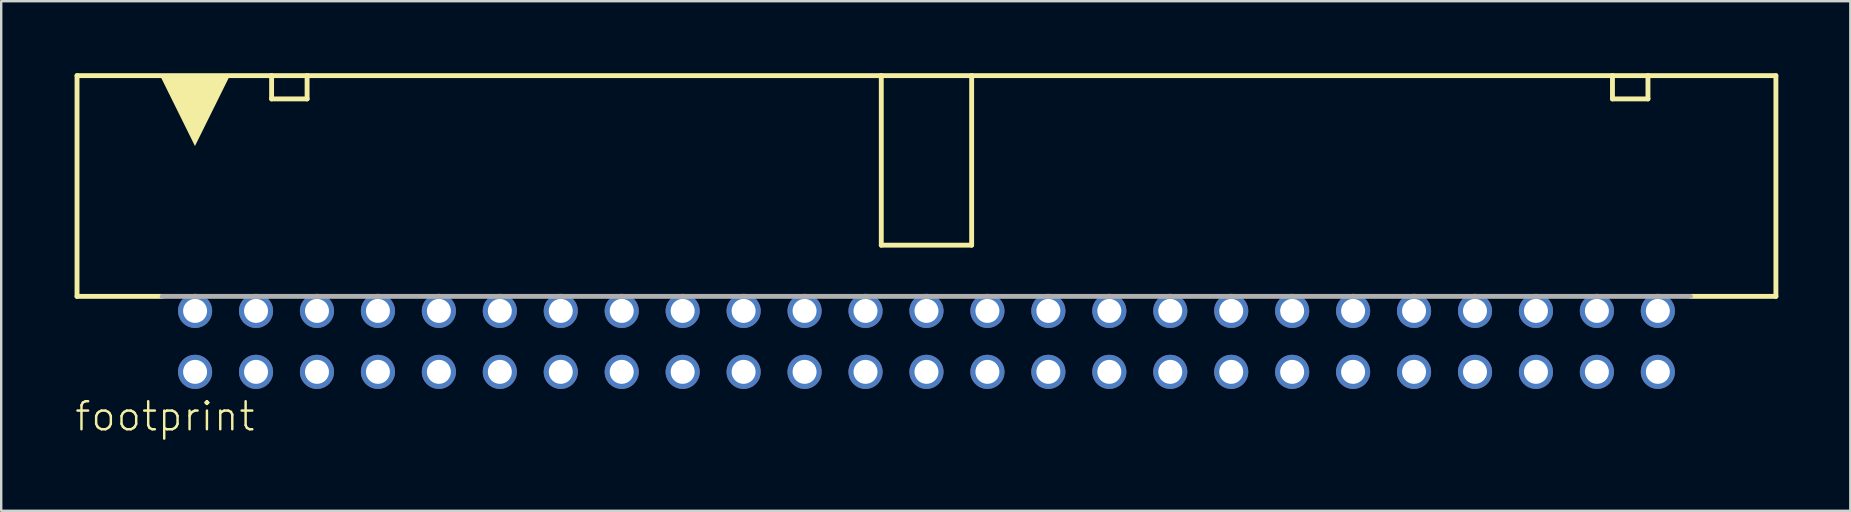
<source format=kicad_pcb>
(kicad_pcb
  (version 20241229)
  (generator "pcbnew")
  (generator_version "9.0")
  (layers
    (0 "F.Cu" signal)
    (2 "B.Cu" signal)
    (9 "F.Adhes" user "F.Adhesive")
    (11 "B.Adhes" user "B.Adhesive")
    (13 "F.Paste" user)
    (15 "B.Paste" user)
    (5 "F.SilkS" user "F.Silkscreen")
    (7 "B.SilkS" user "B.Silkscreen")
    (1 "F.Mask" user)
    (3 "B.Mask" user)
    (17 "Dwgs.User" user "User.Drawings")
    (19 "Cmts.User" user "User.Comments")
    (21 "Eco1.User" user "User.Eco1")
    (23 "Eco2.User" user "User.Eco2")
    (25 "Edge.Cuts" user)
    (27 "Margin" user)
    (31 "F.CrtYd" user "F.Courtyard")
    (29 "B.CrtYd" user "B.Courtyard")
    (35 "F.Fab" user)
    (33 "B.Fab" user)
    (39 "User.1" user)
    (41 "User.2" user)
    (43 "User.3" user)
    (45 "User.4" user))
  (footprint "footprint"
    (layer "F.Cu")
    (at 35.56 11.177)
    (property "Reference" "footprint" (at -35.56 3.81 0) (layer "F.SilkS") (effects (font (size 1.168 1.168) (thickness 0.102)) (justify left bottom)))
    (fp_line (start -35.4 -11.075) (end -35.4 -1.875) (stroke (width 0.203) (type solid)) (layer "F.SilkS"))
    (fp_line (start -31.856 -1.875) (end -35.4 -1.875) (stroke (width 0.203) (type solid)) (layer "F.SilkS"))
    (fp_line (start -27.291 -11.075) (end -35.4 -11.075) (stroke (width 0.203) (type solid)) (layer "F.SilkS"))
    (fp_line (start -27.291 -11.075) (end -25.812 -11.075) (stroke (width 0.203) (type solid)) (layer "F.SilkS"))
    (fp_line (start -27.291 -10.105) (end -27.291 -11.075) (stroke (width 0.203) (type solid)) (layer "F.SilkS"))
    (fp_line (start -25.812 -11.075) (end -25.812 -10.105) (stroke (width 0.203) (type solid)) (layer "F.SilkS"))
    (fp_line (start -25.812 -10.105) (end -27.291 -10.105) (stroke (width 0.203) (type solid)) (layer "F.SilkS"))
    (fp_line (start -1.883 -11.075) (end -25.812 -11.075) (stroke (width 0.203) (type solid)) (layer "F.SilkS"))
    (fp_line (start -1.883 -4.01) (end -1.883 -11.075) (stroke (width 0.203) (type solid)) (layer "F.SilkS"))
    (fp_line (start 1.883 -11.075) (end -1.883 -11.075) (stroke (width 0.203) (type solid)) (layer "F.SilkS"))
    (fp_line (start 1.883 -11.075) (end 1.883 -4.01) (stroke (width 0.203) (type solid)) (layer "F.SilkS"))
    (fp_line (start 1.883 -4.01) (end -1.883 -4.01) (stroke (width 0.203) (type solid)) (layer "F.SilkS"))
    (fp_line (start 28.589 -11.075) (end 1.883 -11.075) (stroke (width 0.203) (type solid)) (layer "F.SilkS"))
    (fp_line (start 28.589 -11.075) (end 30.068 -11.075) (stroke (width 0.203) (type solid)) (layer "F.SilkS"))
    (fp_line (start 28.589 -10.105) (end 28.589 -11.075) (stroke (width 0.203) (type solid)) (layer "F.SilkS"))
    (fp_line (start 30.068 -11.075) (end 30.068 -10.105) (stroke (width 0.203) (type solid)) (layer "F.SilkS"))
    (fp_line (start 30.068 -10.105) (end 28.589 -10.105) (stroke (width 0.203) (type solid)) (layer "F.SilkS"))
    (fp_line (start 35.4 -11.075) (end 30.068 -11.075) (stroke (width 0.203) (type solid)) (layer "F.SilkS"))
    (fp_line (start 35.4 -1.875) (end 31.843 -1.875) (stroke (width 0.203) (type solid)) (layer "F.SilkS"))
    (fp_line (start 35.4 -1.875) (end 35.4 -11.075) (stroke (width 0.203) (type solid)) (layer "F.SilkS"))
    (fp_poly (pts (xy -30.485 -8.141) (xy -31.924 -11.047) (xy -29.046 -11.047)) (stroke (width 0) (type solid)) (fill yes) (layer "F.SilkS"))
    (fp_line (start 31.839 -1.875) (end -31.852 -1.875) (stroke (width 0.203) (type solid)) (layer "F.Fab"))
    (pad "1" thru_hole circle (at -30.48 1.27) (size 1.422 1.422) (drill 1) (layers "*.Cu" "*.Mask"))
    (pad "2" thru_hole circle (at -30.48 -1.27) (size 1.422 1.422) (drill 1) (layers "*.Cu" "*.Mask"))
    (pad "3" thru_hole circle (at -27.94 1.27) (size 1.422 1.422) (drill 1) (layers "*.Cu" "*.Mask"))
    (pad "4" thru_hole circle (at -27.94 -1.27) (size 1.422 1.422) (drill 1) (layers "*.Cu" "*.Mask"))
    (pad "5" thru_hole circle (at -25.4 1.27) (size 1.422 1.422) (drill 1) (layers "*.Cu" "*.Mask"))
    (pad "6" thru_hole circle (at -25.4 -1.27) (size 1.422 1.422) (drill 1) (layers "*.Cu" "*.Mask"))
    (pad "7" thru_hole circle (at -22.86 1.27) (size 1.422 1.422) (drill 1) (layers "*.Cu" "*.Mask"))
    (pad "8" thru_hole circle (at -22.86 -1.27) (size 1.422 1.422) (drill 1) (layers "*.Cu" "*.Mask"))
    (pad "9" thru_hole circle (at -20.32 1.27) (size 1.422 1.422) (drill 1) (layers "*.Cu" "*.Mask"))
    (pad "10" thru_hole circle (at -20.32 -1.27) (size 1.422 1.422) (drill 1) (layers "*.Cu" "*.Mask"))
    (pad "11" thru_hole circle (at -17.78 1.27) (size 1.422 1.422) (drill 1) (layers "*.Cu" "*.Mask"))
    (pad "12" thru_hole circle (at -17.78 -1.27) (size 1.422 1.422) (drill 1) (layers "*.Cu" "*.Mask"))
    (pad "13" thru_hole circle (at -15.24 1.27) (size 1.422 1.422) (drill 1) (layers "*.Cu" "*.Mask"))
    (pad "14" thru_hole circle (at -15.24 -1.27) (size 1.422 1.422) (drill 1) (layers "*.Cu" "*.Mask"))
    (pad "15" thru_hole circle (at -12.7 1.27) (size 1.422 1.422) (drill 1) (layers "*.Cu" "*.Mask"))
    (pad "16" thru_hole circle (at -12.7 -1.27) (size 1.422 1.422) (drill 1) (layers "*.Cu" "*.Mask"))
    (pad "17" thru_hole circle (at -10.16 1.27) (size 1.422 1.422) (drill 1) (layers "*.Cu" "*.Mask"))
    (pad "18" thru_hole circle (at -10.16 -1.27) (size 1.422 1.422) (drill 1) (layers "*.Cu" "*.Mask"))
    (pad "19" thru_hole circle (at -7.62 1.27) (size 1.422 1.422) (drill 1) (layers "*.Cu" "*.Mask"))
    (pad "20" thru_hole circle (at -7.62 -1.27) (size 1.422 1.422) (drill 1) (layers "*.Cu" "*.Mask"))
    (pad "21" thru_hole circle (at -5.08 1.27) (size 1.422 1.422) (drill 1) (layers "*.Cu" "*.Mask"))
    (pad "22" thru_hole circle (at -5.08 -1.27) (size 1.422 1.422) (drill 1) (layers "*.Cu" "*.Mask"))
    (pad "23" thru_hole circle (at -2.54 1.27) (size 1.422 1.422) (drill 1) (layers "*.Cu" "*.Mask"))
    (pad "24" thru_hole circle (at -2.54 -1.27) (size 1.422 1.422) (drill 1) (layers "*.Cu" "*.Mask"))
    (pad "25" thru_hole circle (at 0 1.27) (size 1.422 1.422) (drill 1) (layers "*.Cu" "*.Mask"))
    (pad "26" thru_hole circle (at 0 -1.27) (size 1.422 1.422) (drill 1) (layers "*.Cu" "*.Mask"))
    (pad "27" thru_hole circle (at 2.54 1.27) (size 1.422 1.422) (drill 1) (layers "*.Cu" "*.Mask"))
    (pad "28" thru_hole circle (at 2.54 -1.27) (size 1.422 1.422) (drill 1) (layers "*.Cu" "*.Mask"))
    (pad "29" thru_hole circle (at 5.08 1.27) (size 1.422 1.422) (drill 1) (layers "*.Cu" "*.Mask"))
    (pad "30" thru_hole circle (at 5.08 -1.27) (size 1.422 1.422) (drill 1) (layers "*.Cu" "*.Mask"))
    (pad "31" thru_hole circle (at 7.62 1.27) (size 1.422 1.422) (drill 1) (layers "*.Cu" "*.Mask"))
    (pad "32" thru_hole circle (at 7.62 -1.27) (size 1.422 1.422) (drill 1) (layers "*.Cu" "*.Mask"))
    (pad "33" thru_hole circle (at 10.16 1.27) (size 1.422 1.422) (drill 1) (layers "*.Cu" "*.Mask"))
    (pad "34" thru_hole circle (at 10.16 -1.27) (size 1.422 1.422) (drill 1) (layers "*.Cu" "*.Mask"))
    (pad "35" thru_hole circle (at 12.7 1.27) (size 1.422 1.422) (drill 1) (layers "*.Cu" "*.Mask"))
    (pad "36" thru_hole circle (at 12.7 -1.27) (size 1.422 1.422) (drill 1) (layers "*.Cu" "*.Mask"))
    (pad "37" thru_hole circle (at 15.24 1.27) (size 1.422 1.422) (drill 1) (layers "*.Cu" "*.Mask"))
    (pad "38" thru_hole circle (at 15.24 -1.27) (size 1.422 1.422) (drill 1) (layers "*.Cu" "*.Mask"))
    (pad "39" thru_hole circle (at 17.78 1.27) (size 1.422 1.422) (drill 1) (layers "*.Cu" "*.Mask"))
    (pad "40" thru_hole circle (at 17.78 -1.27) (size 1.422 1.422) (drill 1) (layers "*.Cu" "*.Mask"))
    (pad "41" thru_hole circle (at 20.32 1.27) (size 1.422 1.422) (drill 1) (layers "*.Cu" "*.Mask"))
    (pad "42" thru_hole circle (at 20.32 -1.27) (size 1.422 1.422) (drill 1) (layers "*.Cu" "*.Mask"))
    (pad "43" thru_hole circle (at 22.86 1.27) (size 1.422 1.422) (drill 1) (layers "*.Cu" "*.Mask"))
    (pad "44" thru_hole circle (at 22.86 -1.27) (size 1.422 1.422) (drill 1) (layers "*.Cu" "*.Mask"))
    (pad "45" thru_hole circle (at 25.4 1.27) (size 1.422 1.422) (drill 1) (layers "*.Cu" "*.Mask"))
    (pad "46" thru_hole circle (at 25.4 -1.27) (size 1.422 1.422) (drill 1) (layers "*.Cu" "*.Mask"))
    (pad "47" thru_hole circle (at 27.94 1.27) (size 1.422 1.422) (drill 1) (layers "*.Cu" "*.Mask"))
    (pad "48" thru_hole circle (at 27.94 -1.27) (size 1.422 1.422) (drill 1) (layers "*.Cu" "*.Mask"))
    (pad "49" thru_hole circle (at 30.48 1.27) (size 1.422 1.422) (drill 1) (layers "*.Cu" "*.Mask"))
    (pad "50" thru_hole circle (at 30.48 -1.27) (size 1.422 1.422) (drill 1) (layers "*.Cu" "*.Mask")))
  (gr_rect
    (start -3 -3)
    (end 74.062 18.237)
    (stroke (width 0.1) (type default))
    (fill no)
    (layer "Edge.Cuts")))
</source>
